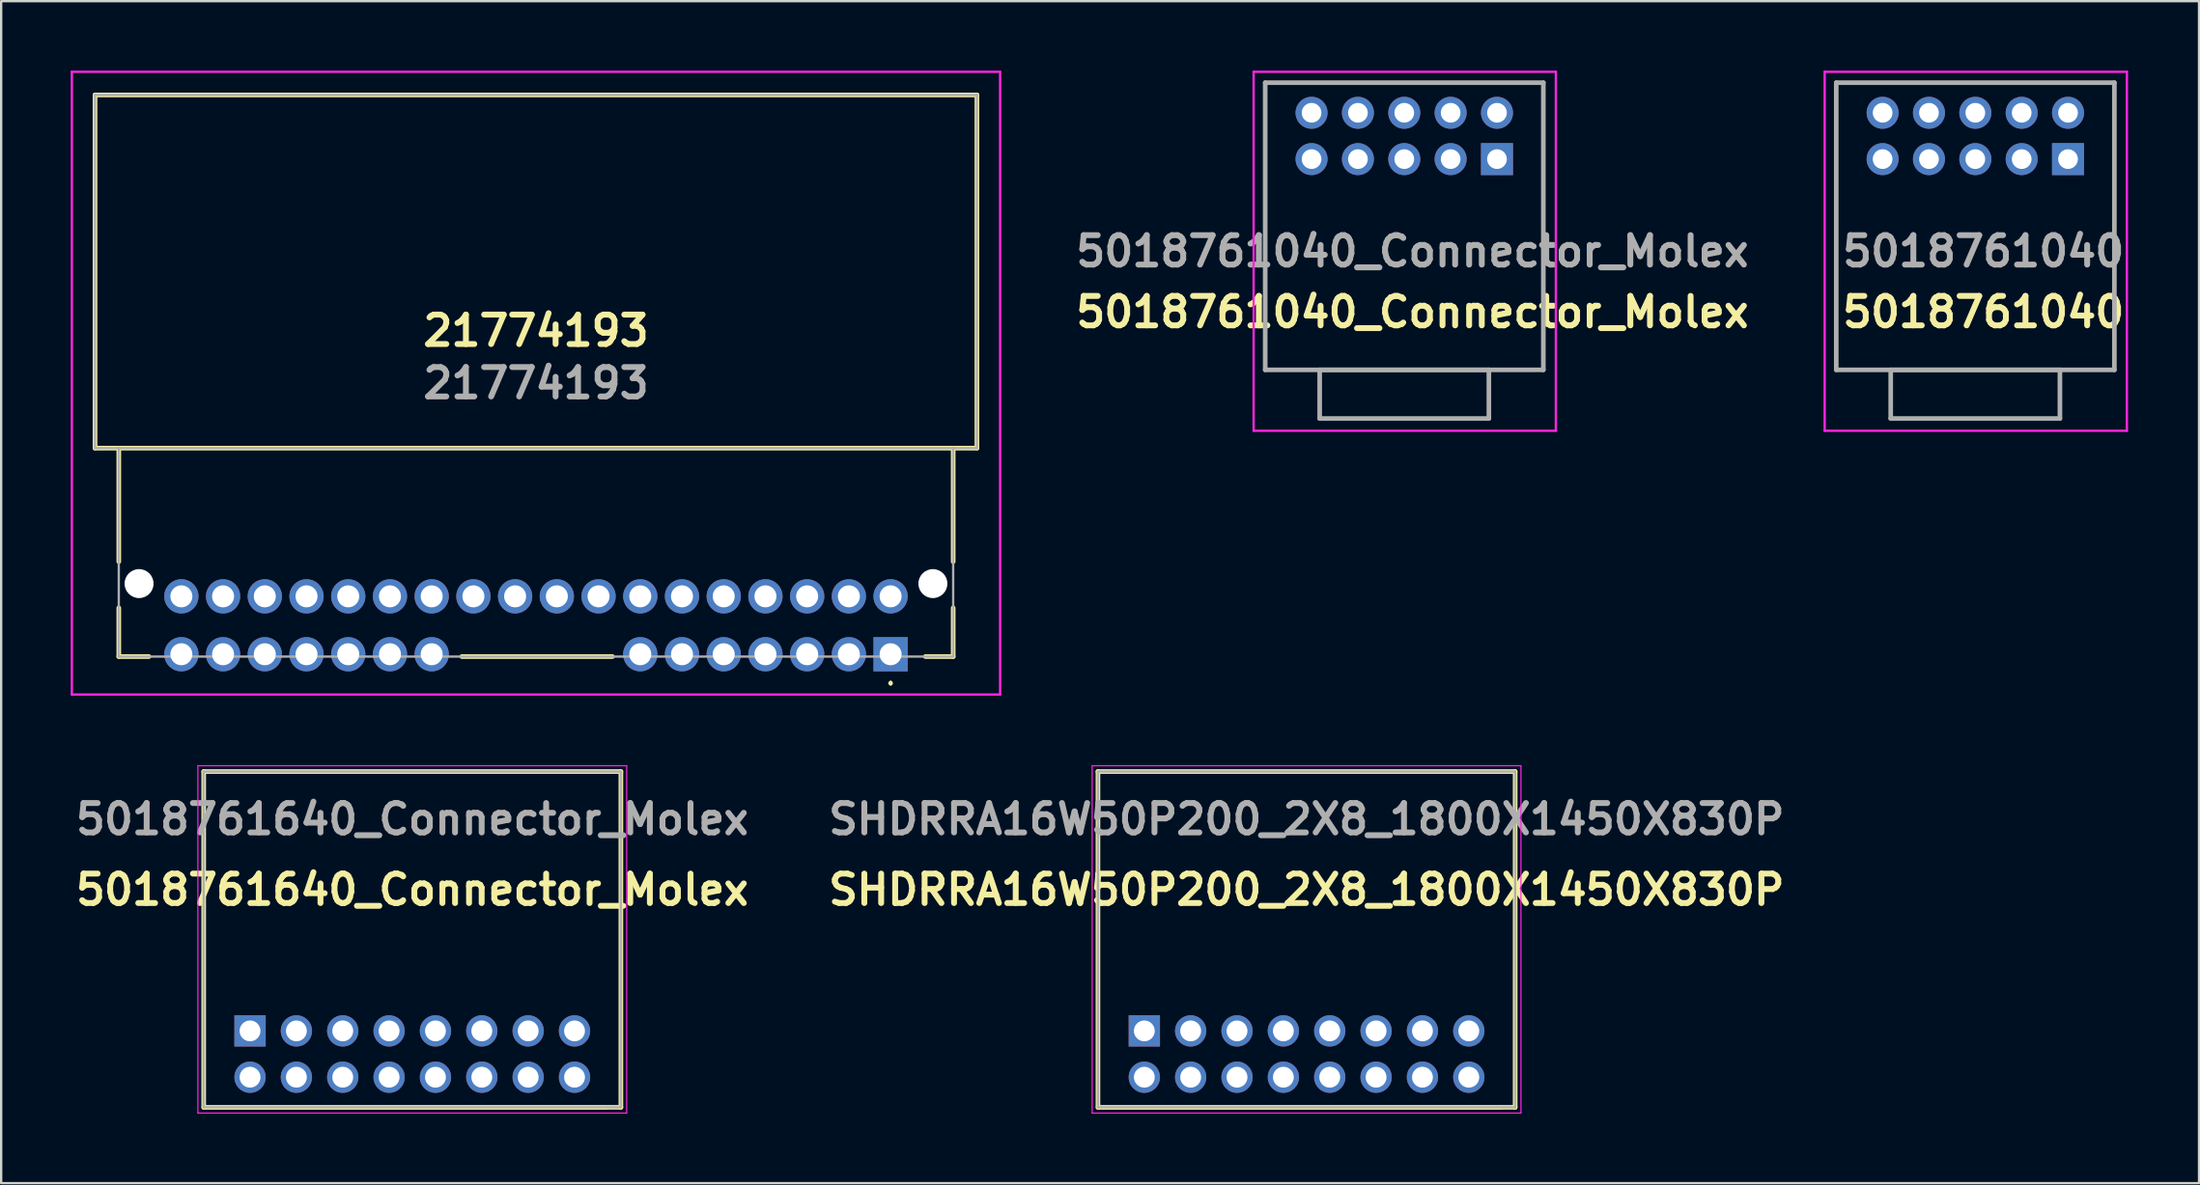
<source format=kicad_pcb>
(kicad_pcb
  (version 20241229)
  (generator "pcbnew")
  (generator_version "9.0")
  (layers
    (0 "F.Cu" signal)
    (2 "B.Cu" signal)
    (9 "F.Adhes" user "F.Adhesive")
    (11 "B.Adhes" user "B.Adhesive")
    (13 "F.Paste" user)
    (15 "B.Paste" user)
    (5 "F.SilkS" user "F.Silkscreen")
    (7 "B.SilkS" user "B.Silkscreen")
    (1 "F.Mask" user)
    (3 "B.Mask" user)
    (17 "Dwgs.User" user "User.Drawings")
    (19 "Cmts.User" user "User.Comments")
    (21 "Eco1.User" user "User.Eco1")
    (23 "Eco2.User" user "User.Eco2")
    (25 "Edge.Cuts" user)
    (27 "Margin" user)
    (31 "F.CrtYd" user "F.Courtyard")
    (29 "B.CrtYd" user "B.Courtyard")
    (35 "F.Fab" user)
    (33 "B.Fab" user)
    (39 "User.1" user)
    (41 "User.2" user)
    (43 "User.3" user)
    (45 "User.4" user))
  (footprint "5018761640_Connector_Molex"
    (layer "F.Cu")
    (at 7.738 41.464)
    (property "Reference" "5018761640_Connector_Molex" (at 7 -6.096 0) (layer "F.SilkS") (effects (font (size 1.27 1.27) (thickness 0.254))))
    (attr through_hole)
    (fp_line (start -2 -11.2) (end 16 -11.2) (stroke (width 0.2) (type solid)) (layer "F.SilkS"))
    (fp_line (start -2 3.302) (end -2 -11.2) (stroke (width 0.2) (type solid)) (layer "F.SilkS"))
    (fp_line (start 16 -11.2) (end 16 3.3) (stroke (width 0.2) (type solid)) (layer "F.SilkS"))
    (fp_line (start 16 3.3) (end -1.996 3.302) (stroke (width 0.2) (type solid)) (layer "F.SilkS"))
    (fp_line (start -2.25 -11.45) (end -2.25 3.55) (stroke (width 0.05) (type solid)) (layer "F.CrtYd"))
    (fp_line (start -2.25 3.55) (end 16.25 3.55) (stroke (width 0.05) (type solid)) (layer "F.CrtYd"))
    (fp_line (start 16.25 -11.45) (end -2.25 -11.45) (stroke (width 0.05) (type solid)) (layer "F.CrtYd"))
    (fp_line (start 16.25 3.55) (end 16.25 -11.45) (stroke (width 0.05) (type solid)) (layer "F.CrtYd"))
    (fp_line (start -2 -11.2) (end -2 3.3) (stroke (width 0.1) (type solid)) (layer "F.Fab"))
    (fp_line (start -2 3.3) (end 16 3.3) (stroke (width 0.1) (type solid)) (layer "F.Fab"))
    (fp_line (start 16 -11.2) (end -2 -11.2) (stroke (width 0.1) (type solid)) (layer "F.Fab"))
    (fp_line (start 16 3.3) (end 16 -11.2) (stroke (width 0.1) (type solid)) (layer "F.Fab"))
    (fp_text user "${REFERENCE}" (at 7 -9.144 0) (layer "F.Fab") (effects (font (size 1.27 1.27) (thickness 0.254))))
    (pad "1" thru_hole rect (at 0 0) (size 1.35 1.35) (drill 0.9) (layers "*.Cu" "*.Mask"))
    (pad "2" thru_hole circle (at 0 2) (size 1.35 1.35) (drill 0.9) (layers "*.Cu" "*.Mask"))
    (pad "3" thru_hole circle (at 2 0) (size 1.35 1.35) (drill 0.9) (layers "*.Cu" "*.Mask"))
    (pad "4" thru_hole circle (at 2 2) (size 1.35 1.35) (drill 0.9) (layers "*.Cu" "*.Mask"))
    (pad "5" thru_hole circle (at 4 0) (size 1.35 1.35) (drill 0.9) (layers "*.Cu" "*.Mask"))
    (pad "6" thru_hole circle (at 4 2) (size 1.35 1.35) (drill 0.9) (layers "*.Cu" "*.Mask"))
    (pad "7" thru_hole circle (at 6 0) (size 1.35 1.35) (drill 0.9) (layers "*.Cu" "*.Mask"))
    (pad "8" thru_hole circle (at 6 2) (size 1.35 1.35) (drill 0.9) (layers "*.Cu" "*.Mask"))
    (pad "9" thru_hole circle (at 8 0) (size 1.35 1.35) (drill 0.9) (layers "*.Cu" "*.Mask"))
    (pad "10" thru_hole circle (at 8 2) (size 1.35 1.35) (drill 0.9) (layers "*.Cu" "*.Mask"))
    (pad "11" thru_hole circle (at 10 0) (size 1.35 1.35) (drill 0.9) (layers "*.Cu" "*.Mask"))
    (pad "12" thru_hole circle (at 10 2) (size 1.35 1.35) (drill 0.9) (layers "*.Cu" "*.Mask"))
    (pad "13" thru_hole circle (at 12 0) (size 1.35 1.35) (drill 0.9) (layers "*.Cu" "*.Mask"))
    (pad "14" thru_hole circle (at 12 2) (size 1.35 1.35) (drill 0.9) (layers "*.Cu" "*.Mask"))
    (pad "15" thru_hole circle (at 14 0) (size 1.35 1.35) (drill 0.9) (layers "*.Cu" "*.Mask"))
    (pad "16" thru_hole circle (at 14 2) (size 1.35 1.35) (drill 0.9) (layers "*.Cu" "*.Mask")))
  (footprint "5018761040_Connector_Molex"
    (layer "F.Cu")
    (at 61.538 3.82)
    (property "Reference" "5018761040_Connector_Molex" (at -3.65 6.604 0) (layer "F.SilkS") (effects (font (size 1.27 1.27) (thickness 0.254))))
    (attr through_hole)
    (fp_line (start -10 -3.3) (end 2 -3.3) (stroke (width 0.1) (type solid)) (layer "F.SilkS"))
    (fp_line (start -10 9.1) (end -10 -3.3) (stroke (width 0.1) (type solid)) (layer "F.SilkS"))
    (fp_line (start 2 -3.3) (end 2 9.1) (stroke (width 0.1) (type solid)) (layer "F.SilkS"))
    (fp_line (start 2 9.1) (end -10 9.1) (stroke (width 0.1) (type solid)) (layer "F.SilkS"))
    (fp_line (start -10.5 -3.77) (end 2.54 -3.77) (stroke (width 0.1) (type solid)) (layer "F.CrtYd"))
    (fp_line (start -10.5 11.73) (end -10.5 -3.77) (stroke (width 0.1) (type solid)) (layer "F.CrtYd"))
    (fp_line (start 2.54 -3.77) (end 2.54 11.73) (stroke (width 0.1) (type solid)) (layer "F.CrtYd"))
    (fp_line (start 2.54 11.73) (end -10.5 11.73) (stroke (width 0.1) (type solid)) (layer "F.CrtYd"))
    (fp_line (start -10 -3.3) (end 2 -3.3) (stroke (width 0.2) (type solid)) (layer "F.Fab"))
    (fp_line (start -10 9.1) (end -10 -3.3) (stroke (width 0.2) (type solid)) (layer "F.Fab"))
    (fp_line (start -7.65 9.1) (end -0.35 9.1) (stroke (width 0.2) (type solid)) (layer "F.Fab"))
    (fp_line (start -7.65 11.2) (end -7.65 9.1) (stroke (width 0.2) (type solid)) (layer "F.Fab"))
    (fp_line (start -0.35 9.1) (end -0.35 11.2) (stroke (width 0.2) (type solid)) (layer "F.Fab"))
    (fp_line (start -0.35 11.2) (end -7.65 11.2) (stroke (width 0.2) (type solid)) (layer "F.Fab"))
    (fp_line (start 2 -3.3) (end 2 9.1) (stroke (width 0.2) (type solid)) (layer "F.Fab"))
    (fp_line (start 2 9.1) (end -10 9.1) (stroke (width 0.2) (type solid)) (layer "F.Fab"))
    (fp_text user "${REFERENCE}" (at -3.65 3.98 0) (layer "F.Fab") (effects (font (size 1.27 1.27) (thickness 0.254))))
    (pad "1" thru_hole rect (at 0 0) (size 1.381 1.381) (drill 0.85) (layers "*.Cu" "*.Mask"))
    (pad "2" thru_hole circle (at 0 -2) (size 1.381 1.381) (drill 0.85) (layers "*.Cu" "*.Mask"))
    (pad "3" thru_hole circle (at -2 0) (size 1.381 1.381) (drill 0.85) (layers "*.Cu" "*.Mask"))
    (pad "4" thru_hole circle (at -2 -2) (size 1.381 1.381) (drill 0.85) (layers "*.Cu" "*.Mask"))
    (pad "5" thru_hole circle (at -4 0) (size 1.381 1.381) (drill 0.85) (layers "*.Cu" "*.Mask"))
    (pad "6" thru_hole circle (at -4 -2) (size 1.381 1.381) (drill 0.85) (layers "*.Cu" "*.Mask"))
    (pad "7" thru_hole circle (at -6 0) (size 1.381 1.381) (drill 0.85) (layers "*.Cu" "*.Mask"))
    (pad "8" thru_hole circle (at -6 -2) (size 1.381 1.381) (drill 0.85) (layers "*.Cu" "*.Mask"))
    (pad "9" thru_hole circle (at -8 0) (size 1.381 1.381) (drill 0.85) (layers "*.Cu" "*.Mask"))
    (pad "10" thru_hole circle (at -8 -2) (size 1.381 1.381) (drill 0.85) (layers "*.Cu" "*.Mask")))
  (footprint "5018761040"
    (layer "F.Cu")
    (at 86.176 3.82)
    (property "Reference" "5018761040" (at -3.65 6.604 0) (layer "F.SilkS") (effects (font (size 1.27 1.27) (thickness 0.254))))
    (attr through_hole)
    (fp_line (start -10 -3.3) (end 2 -3.3) (stroke (width 0.1) (type solid)) (layer "F.SilkS"))
    (fp_line (start -10 9.1) (end -10 -3.3) (stroke (width 0.1) (type solid)) (layer "F.SilkS"))
    (fp_line (start 2 -3.3) (end 2 9.1) (stroke (width 0.1) (type solid)) (layer "F.SilkS"))
    (fp_line (start 2 9.1) (end -10 9.1) (stroke (width 0.1) (type solid)) (layer "F.SilkS"))
    (fp_line (start -10.5 -3.77) (end 2.54 -3.77) (stroke (width 0.1) (type solid)) (layer "F.CrtYd"))
    (fp_line (start -10.5 11.73) (end -10.5 -3.77) (stroke (width 0.1) (type solid)) (layer "F.CrtYd"))
    (fp_line (start 2.54 -3.77) (end 2.54 11.73) (stroke (width 0.1) (type solid)) (layer "F.CrtYd"))
    (fp_line (start 2.54 11.73) (end -10.5 11.73) (stroke (width 0.1) (type solid)) (layer "F.CrtYd"))
    (fp_line (start -10 -3.3) (end 2 -3.3) (stroke (width 0.2) (type solid)) (layer "F.Fab"))
    (fp_line (start -10 9.1) (end -10 -3.3) (stroke (width 0.2) (type solid)) (layer "F.Fab"))
    (fp_line (start -7.65 9.1) (end -0.35 9.1) (stroke (width 0.2) (type solid)) (layer "F.Fab"))
    (fp_line (start -7.65 11.2) (end -7.65 9.1) (stroke (width 0.2) (type solid)) (layer "F.Fab"))
    (fp_line (start -0.35 9.1) (end -0.35 11.2) (stroke (width 0.2) (type solid)) (layer "F.Fab"))
    (fp_line (start -0.35 11.2) (end -7.65 11.2) (stroke (width 0.2) (type solid)) (layer "F.Fab"))
    (fp_line (start 2 -3.3) (end 2 9.1) (stroke (width 0.2) (type solid)) (layer "F.Fab"))
    (fp_line (start 2 9.1) (end -10 9.1) (stroke (width 0.2) (type solid)) (layer "F.Fab"))
    (fp_text user "${REFERENCE}" (at -3.65 3.98 0) (layer "F.Fab") (effects (font (size 1.27 1.27) (thickness 0.254))))
    (pad "1" thru_hole rect (at 0 0) (size 1.381 1.381) (drill 0.85) (layers "*.Cu" "*.Mask"))
    (pad "2" thru_hole circle (at 0 -2) (size 1.381 1.381) (drill 0.85) (layers "*.Cu" "*.Mask"))
    (pad "3" thru_hole circle (at -2 0) (size 1.381 1.381) (drill 0.85) (layers "*.Cu" "*.Mask"))
    (pad "4" thru_hole circle (at -2 -2) (size 1.381 1.381) (drill 0.85) (layers "*.Cu" "*.Mask"))
    (pad "5" thru_hole circle (at -4 0) (size 1.381 1.381) (drill 0.85) (layers "*.Cu" "*.Mask"))
    (pad "6" thru_hole circle (at -4 -2) (size 1.381 1.381) (drill 0.85) (layers "*.Cu" "*.Mask"))
    (pad "7" thru_hole circle (at -6 0) (size 1.381 1.381) (drill 0.85) (layers "*.Cu" "*.Mask"))
    (pad "8" thru_hole circle (at -6 -2) (size 1.381 1.381) (drill 0.85) (layers "*.Cu" "*.Mask"))
    (pad "9" thru_hole circle (at -8 0) (size 1.381 1.381) (drill 0.85) (layers "*.Cu" "*.Mask"))
    (pad "10" thru_hole circle (at -8 -2) (size 1.381 1.381) (drill 0.85) (layers "*.Cu" "*.Mask")))
  (footprint "SHDRRA16W50P200_2X8_1800X1450X830P"
    (layer "F.Cu")
    (at 46.322 41.464)
    (property "Reference" "SHDRRA16W50P200_2X8_1800X1450X830P" (at 7 -6.096 0) (layer "F.SilkS") (effects (font (size 1.27 1.27) (thickness 0.254))))
    (attr through_hole)
    (fp_line (start -2 -11.2) (end 16 -11.2) (stroke (width 0.2) (type solid)) (layer "F.SilkS"))
    (fp_line (start -2 3.302) (end -2 -11.2) (stroke (width 0.2) (type solid)) (layer "F.SilkS"))
    (fp_line (start 16 -11.2) (end 16 3.3) (stroke (width 0.2) (type solid)) (layer "F.SilkS"))
    (fp_line (start 16 3.3) (end -1.996 3.302) (stroke (width 0.2) (type solid)) (layer "F.SilkS"))
    (fp_line (start -2.25 -11.45) (end -2.25 3.55) (stroke (width 0.05) (type solid)) (layer "F.CrtYd"))
    (fp_line (start -2.25 3.55) (end 16.25 3.55) (stroke (width 0.05) (type solid)) (layer "F.CrtYd"))
    (fp_line (start 16.25 -11.45) (end -2.25 -11.45) (stroke (width 0.05) (type solid)) (layer "F.CrtYd"))
    (fp_line (start 16.25 3.55) (end 16.25 -11.45) (stroke (width 0.05) (type solid)) (layer "F.CrtYd"))
    (fp_line (start -2 -11.2) (end -2 3.3) (stroke (width 0.1) (type solid)) (layer "F.Fab"))
    (fp_line (start -2 3.3) (end 16 3.3) (stroke (width 0.1) (type solid)) (layer "F.Fab"))
    (fp_line (start 16 -11.2) (end -2 -11.2) (stroke (width 0.1) (type solid)) (layer "F.Fab"))
    (fp_line (start 16 3.3) (end 16 -11.2) (stroke (width 0.1) (type solid)) (layer "F.Fab"))
    (fp_text user "${REFERENCE}" (at 7 -9.144 0) (layer "F.Fab") (effects (font (size 1.27 1.27) (thickness 0.254))))
    (pad "1" thru_hole rect (at 0 0) (size 1.35 1.35) (drill 0.9) (layers "*.Cu" "*.Mask"))
    (pad "2" thru_hole circle (at 0 2) (size 1.35 1.35) (drill 0.9) (layers "*.Cu" "*.Mask"))
    (pad "3" thru_hole circle (at 2 0) (size 1.35 1.35) (drill 0.9) (layers "*.Cu" "*.Mask"))
    (pad "4" thru_hole circle (at 2 2) (size 1.35 1.35) (drill 0.9) (layers "*.Cu" "*.Mask"))
    (pad "5" thru_hole circle (at 4 0) (size 1.35 1.35) (drill 0.9) (layers "*.Cu" "*.Mask"))
    (pad "6" thru_hole circle (at 4 2) (size 1.35 1.35) (drill 0.9) (layers "*.Cu" "*.Mask"))
    (pad "7" thru_hole circle (at 6 0) (size 1.35 1.35) (drill 0.9) (layers "*.Cu" "*.Mask"))
    (pad "8" thru_hole circle (at 6 2) (size 1.35 1.35) (drill 0.9) (layers "*.Cu" "*.Mask"))
    (pad "9" thru_hole circle (at 8 0) (size 1.35 1.35) (drill 0.9) (layers "*.Cu" "*.Mask"))
    (pad "10" thru_hole circle (at 8 2) (size 1.35 1.35) (drill 0.9) (layers "*.Cu" "*.Mask"))
    (pad "11" thru_hole circle (at 10 0) (size 1.35 1.35) (drill 0.9) (layers "*.Cu" "*.Mask"))
    (pad "12" thru_hole circle (at 10 2) (size 1.35 1.35) (drill 0.9) (layers "*.Cu" "*.Mask"))
    (pad "13" thru_hole circle (at 12 0) (size 1.35 1.35) (drill 0.9) (layers "*.Cu" "*.Mask"))
    (pad "14" thru_hole circle (at 12 2) (size 1.35 1.35) (drill 0.9) (layers "*.Cu" "*.Mask"))
    (pad "15" thru_hole circle (at 14 0) (size 1.35 1.35) (drill 0.9) (layers "*.Cu" "*.Mask"))
    (pad "16" thru_hole circle (at 14 2) (size 1.35 1.35) (drill 0.9) (layers "*.Cu" "*.Mask")))
  (footprint "21774193"
    (layer "F.Cu")
    (at 35.375 25.2)
    (property "Reference" "21774193" (at -15.3 -13.97 0) (layer "F.SilkS") (effects (font (size 1.27 1.27) (thickness 0.254))))
    (attr through_hole)
    (fp_line (start -34.325 -24.15) (end 3.725 -24.15) (stroke (width 0.2) (type solid)) (layer "F.SilkS"))
    (fp_line (start -34.325 -8.9) (end -34.325 -24.15) (stroke (width 0.2) (type solid)) (layer "F.SilkS"))
    (fp_line (start -33.3 -8.9) (end -34.325 -8.9) (stroke (width 0.2) (type solid)) (layer "F.SilkS"))
    (fp_line (start -33.3 -8.9) (end 2.7 -8.9) (stroke (width 0.2) (type solid)) (layer "F.SilkS"))
    (fp_line (start -33.3 -4) (end -33.3 -8.9) (stroke (width 0.2) (type solid)) (layer "F.SilkS"))
    (fp_line (start -33.3 0.1) (end -33.3 -2) (stroke (width 0.2) (type solid)) (layer "F.SilkS"))
    (fp_line (start -32 0.1) (end -33.3 0.1) (stroke (width 0.2) (type solid)) (layer "F.SilkS"))
    (fp_line (start -18.5 0.1) (end -12 0.1) (stroke (width 0.2) (type solid)) (layer "F.SilkS"))
    (fp_line (start 0 1.2) (end 0 1.2) (stroke (width 0.1) (type solid)) (layer "F.SilkS"))
    (fp_line (start 0 1.3) (end 0 1.3) (stroke (width 0.1) (type solid)) (layer "F.SilkS"))
    (fp_line (start 1.5 0.1) (end 2.7 0.1) (stroke (width 0.2) (type solid)) (layer "F.SilkS"))
    (fp_line (start 2.7 -8.9) (end 2.7 -4) (stroke (width 0.2) (type solid)) (layer "F.SilkS"))
    (fp_line (start 2.7 0.1) (end 2.7 -2) (stroke (width 0.2) (type solid)) (layer "F.SilkS"))
    (fp_line (start 3.725 -24.15) (end 3.725 -8.9) (stroke (width 0.2) (type solid)) (layer "F.SilkS"))
    (fp_line (start 3.725 -8.9) (end 2.7 -8.9) (stroke (width 0.2) (type solid)) (layer "F.SilkS"))
    (fp_arc (start 0 1.2) (mid 0.05 1.25) (end 0 1.3) (stroke (width 0.1) (type solid)) (layer "F.SilkS"))
    (fp_arc (start 0 1.3) (mid -0.05 1.25) (end 0 1.2) (stroke (width 0.1) (type solid)) (layer "F.SilkS"))
    (fp_line (start -35.325 -25.15) (end 4.725 -25.15) (stroke (width 0.1) (type solid)) (layer "F.CrtYd"))
    (fp_line (start -35.325 1.739) (end -35.325 -25.15) (stroke (width 0.1) (type solid)) (layer "F.CrtYd"))
    (fp_line (start 4.725 -25.15) (end 4.725 1.739) (stroke (width 0.1) (type solid)) (layer "F.CrtYd"))
    (fp_line (start 4.725 1.739) (end -35.325 1.739) (stroke (width 0.1) (type solid)) (layer "F.CrtYd"))
    (fp_line (start -34.325 -24.15) (end 3.725 -24.15) (stroke (width 0.1) (type solid)) (layer "F.Fab"))
    (fp_line (start -34.325 -8.9) (end -34.325 -24.15) (stroke (width 0.1) (type solid)) (layer "F.Fab"))
    (fp_line (start -33.3 -8.9) (end -34.325 -8.9) (stroke (width 0.1) (type solid)) (layer "F.Fab"))
    (fp_line (start -33.3 -8.9) (end 2.7 -8.9) (stroke (width 0.1) (type solid)) (layer "F.Fab"))
    (fp_line (start -33.3 0.1) (end -33.3 -8.9) (stroke (width 0.1) (type solid)) (layer "F.Fab"))
    (fp_line (start 2.7 -8.9) (end 2.7 0.1) (stroke (width 0.1) (type solid)) (layer "F.Fab"))
    (fp_line (start 2.7 0.1) (end -33.3 0.1) (stroke (width 0.1) (type solid)) (layer "F.Fab"))
    (fp_line (start 3.725 -24.15) (end 3.725 -8.9) (stroke (width 0.1) (type solid)) (layer "F.Fab"))
    (fp_line (start 3.725 -8.9) (end 2.7 -8.9) (stroke (width 0.1) (type solid)) (layer "F.Fab"))
    (fp_text user "${REFERENCE}" (at -15.3 -11.706 0) (layer "F.Fab") (effects (font (size 1.27 1.27) (thickness 0.254))))
    (pad "" np_thru_hole circle (at -32.425 -3.05) (size 1.25 1.25) (drill 1.25) (layers "*.Cu" "*.Mask"))
    (pad "" np_thru_hole circle (at 1.825 -3.05) (size 1.25 1.25) (drill 1.25) (layers "*.Cu" "*.Mask"))
    (pad "1" thru_hole rect (at 0 0) (size 1.478 1.478) (drill 0.95) (layers "*.Cu" "*.Mask"))
    (pad "2" thru_hole circle (at -1.8 0) (size 1.478 1.478) (drill 0.95) (layers "*.Cu" "*.Mask"))
    (pad "3" thru_hole circle (at -3.6 0) (size 1.478 1.478) (drill 0.95) (layers "*.Cu" "*.Mask"))
    (pad "4" thru_hole circle (at -5.4 0) (size 1.478 1.478) (drill 0.95) (layers "*.Cu" "*.Mask"))
    (pad "5" thru_hole circle (at -7.2 0) (size 1.478 1.478) (drill 0.95) (layers "*.Cu" "*.Mask"))
    (pad "6" thru_hole circle (at -9 0) (size 1.478 1.478) (drill 0.95) (layers "*.Cu" "*.Mask"))
    (pad "7" thru_hole circle (at -10.8 0) (size 1.478 1.478) (drill 0.95) (layers "*.Cu" "*.Mask"))
    (pad "8" thru_hole circle (at -19.8 0) (size 1.478 1.478) (drill 0.95) (layers "*.Cu" "*.Mask"))
    (pad "9" thru_hole circle (at -21.6 0) (size 1.478 1.478) (drill 0.95) (layers "*.Cu" "*.Mask"))
    (pad "10" thru_hole circle (at -23.4 0) (size 1.478 1.478) (drill 0.95) (layers "*.Cu" "*.Mask"))
    (pad "11" thru_hole circle (at -25.2 0) (size 1.478 1.478) (drill 0.95) (layers "*.Cu" "*.Mask"))
    (pad "12" thru_hole circle (at -27 0) (size 1.478 1.478) (drill 0.95) (layers "*.Cu" "*.Mask"))
    (pad "13" thru_hole circle (at -28.8 0) (size 1.478 1.478) (drill 0.95) (layers "*.Cu" "*.Mask"))
    (pad "14" thru_hole circle (at -30.6 0) (size 1.478 1.478) (drill 0.95) (layers "*.Cu" "*.Mask"))
    (pad "15" thru_hole circle (at -30.6 -2.5) (size 1.478 1.478) (drill 0.95) (layers "*.Cu" "*.Mask"))
    (pad "16" thru_hole circle (at -28.8 -2.5) (size 1.478 1.478) (drill 0.95) (layers "*.Cu" "*.Mask"))
    (pad "17" thru_hole circle (at -27 -2.5) (size 1.478 1.478) (drill 0.95) (layers "*.Cu" "*.Mask"))
    (pad "18" thru_hole circle (at -25.2 -2.5) (size 1.478 1.478) (drill 0.95) (layers "*.Cu" "*.Mask"))
    (pad "19" thru_hole circle (at -23.4 -2.5) (size 1.478 1.478) (drill 0.95) (layers "*.Cu" "*.Mask"))
    (pad "20" thru_hole circle (at -21.6 -2.5) (size 1.478 1.478) (drill 0.95) (layers "*.Cu" "*.Mask"))
    (pad "21" thru_hole circle (at -19.8 -2.5) (size 1.478 1.478) (drill 0.95) (layers "*.Cu" "*.Mask"))
    (pad "22" thru_hole circle (at -18 -2.5) (size 1.478 1.478) (drill 0.95) (layers "*.Cu" "*.Mask"))
    (pad "23" thru_hole circle (at -16.2 -2.5) (size 1.478 1.478) (drill 0.95) (layers "*.Cu" "*.Mask"))
    (pad "24" thru_hole circle (at -14.4 -2.5) (size 1.478 1.478) (drill 0.95) (layers "*.Cu" "*.Mask"))
    (pad "25" thru_hole circle (at -12.6 -2.5) (size 1.478 1.478) (drill 0.95) (layers "*.Cu" "*.Mask"))
    (pad "26" thru_hole circle (at -10.8 -2.5) (size 1.478 1.478) (drill 0.95) (layers "*.Cu" "*.Mask"))
    (pad "27" thru_hole circle (at -9 -2.5) (size 1.478 1.478) (drill 0.95) (layers "*.Cu" "*.Mask"))
    (pad "28" thru_hole circle (at -7.2 -2.5) (size 1.478 1.478) (drill 0.95) (layers "*.Cu" "*.Mask"))
    (pad "29" thru_hole circle (at -5.4 -2.5) (size 1.478 1.478) (drill 0.95) (layers "*.Cu" "*.Mask"))
    (pad "30" thru_hole circle (at -3.6 -2.5) (size 1.478 1.478) (drill 0.95) (layers "*.Cu" "*.Mask"))
    (pad "31" thru_hole circle (at -1.8 -2.5) (size 1.478 1.478) (drill 0.95) (layers "*.Cu" "*.Mask"))
    (pad "32" thru_hole circle (at 0 -2.5) (size 1.478 1.478) (drill 0.95) (layers "*.Cu" "*.Mask")))
  (gr_rect
    (start -3 -3)
    (end 91.828 48.039)
    (stroke (width 0.1) (type default))
    (fill no)
    (layer "Edge.Cuts")))
</source>
